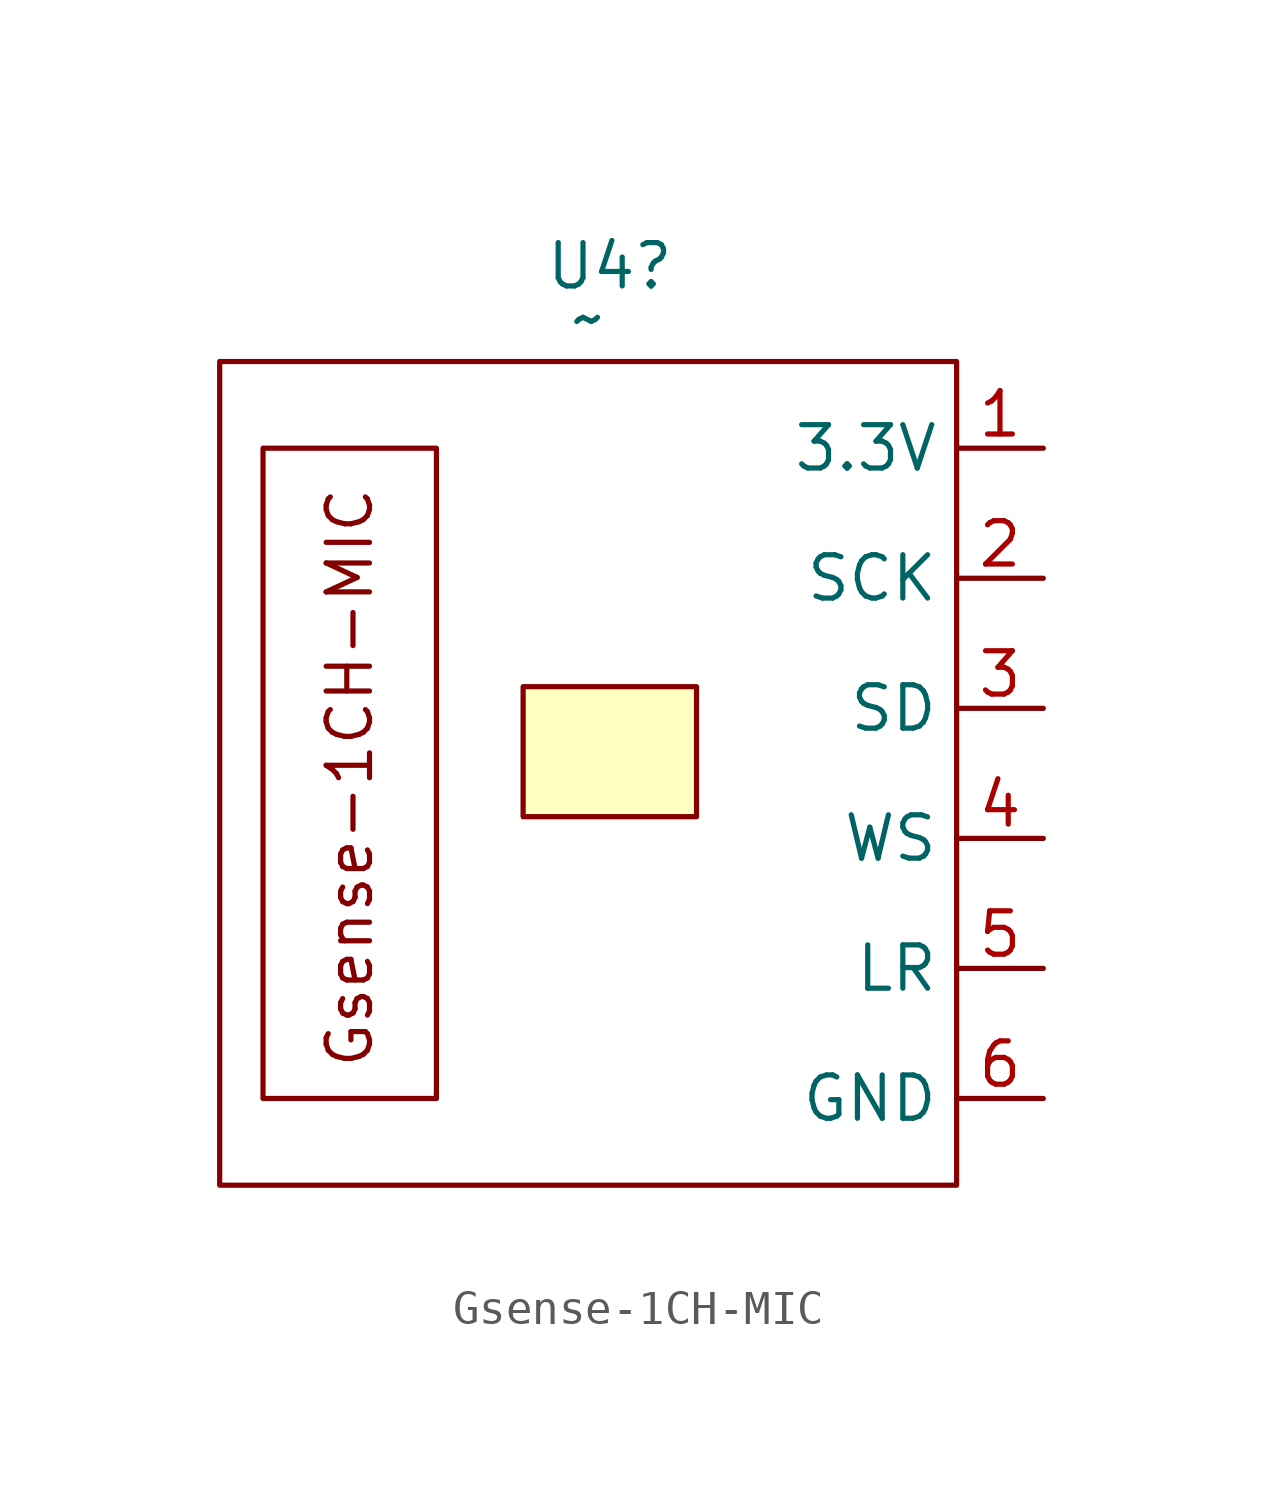
<source format=kicad_sym>
(kicad_symbol_lib
  (version 20241209)
  (generator "kicad_symbol_editor")
  (generator_version "9.0")
  (symbol "Gsense-1CH-MIC"
    (property "Reference" "U4"
      (at 0 14.224 0)
      (effects (font (size 1.27 1.27))))
    (property "Value" "~"
      (at -0.635 12.7 0)
      (effects (font (size 1.27 1.27))))
    (symbol "Gsense-1CH-MIC_0_1"
      (rectangle (start -11.43 11.43) (end 10.16 -12.7) (stroke (width 0) (type default)) (fill (type none))))
    (symbol "Gsense-1CH-MIC_1_1"
      (rectangle (start -10.16 8.89) (end -5.08 -10.16) (stroke (width 0) (type default)) (fill (type none)))
      (rectangle (start -2.54 1.905) (end 2.54 -1.905) (stroke (width 0) (type solid)) (fill (type background)))
      (text "Gsense-1CH-MIC" (at -7.62 -0.762 900) (effects (font (size 1.27 1.27))))
      (pin power_in line (at 12.7 8.89 180) (length 2.54) (name "3.3V" (effects (font (size 1.27 1.27)))) (number "1" (effects (font (size 1.27 1.27)))))
      (pin bidirectional line (at 12.7 5.08 180) (length 2.54) (name "SCK" (effects (font (size 1.27 1.27)))) (number "2" (effects (font (size 1.27 1.27)))))
      (pin bidirectional line (at 12.7 1.27 180) (length 2.54) (name "SD" (effects (font (size 1.27 1.27)))) (number "3" (effects (font (size 1.27 1.27)))))
      (pin bidirectional line (at 12.7 -2.54 180) (length 2.54) (name "WS" (effects (font (size 1.27 1.27)))) (number "4" (effects (font (size 1.27 1.27)))))
      (pin bidirectional line (at 12.7 -6.35 180) (length 2.54) (name "LR" (effects (font (size 1.27 1.27)))) (number "5" (effects (font (size 1.27 1.27)))))
      (pin power_in line (at 12.7 -10.16 180) (length 2.54) (name "GND" (effects (font (size 1.27 1.27)))) (number "6" (effects (font (size 1.27 1.27))))))))
</source>
